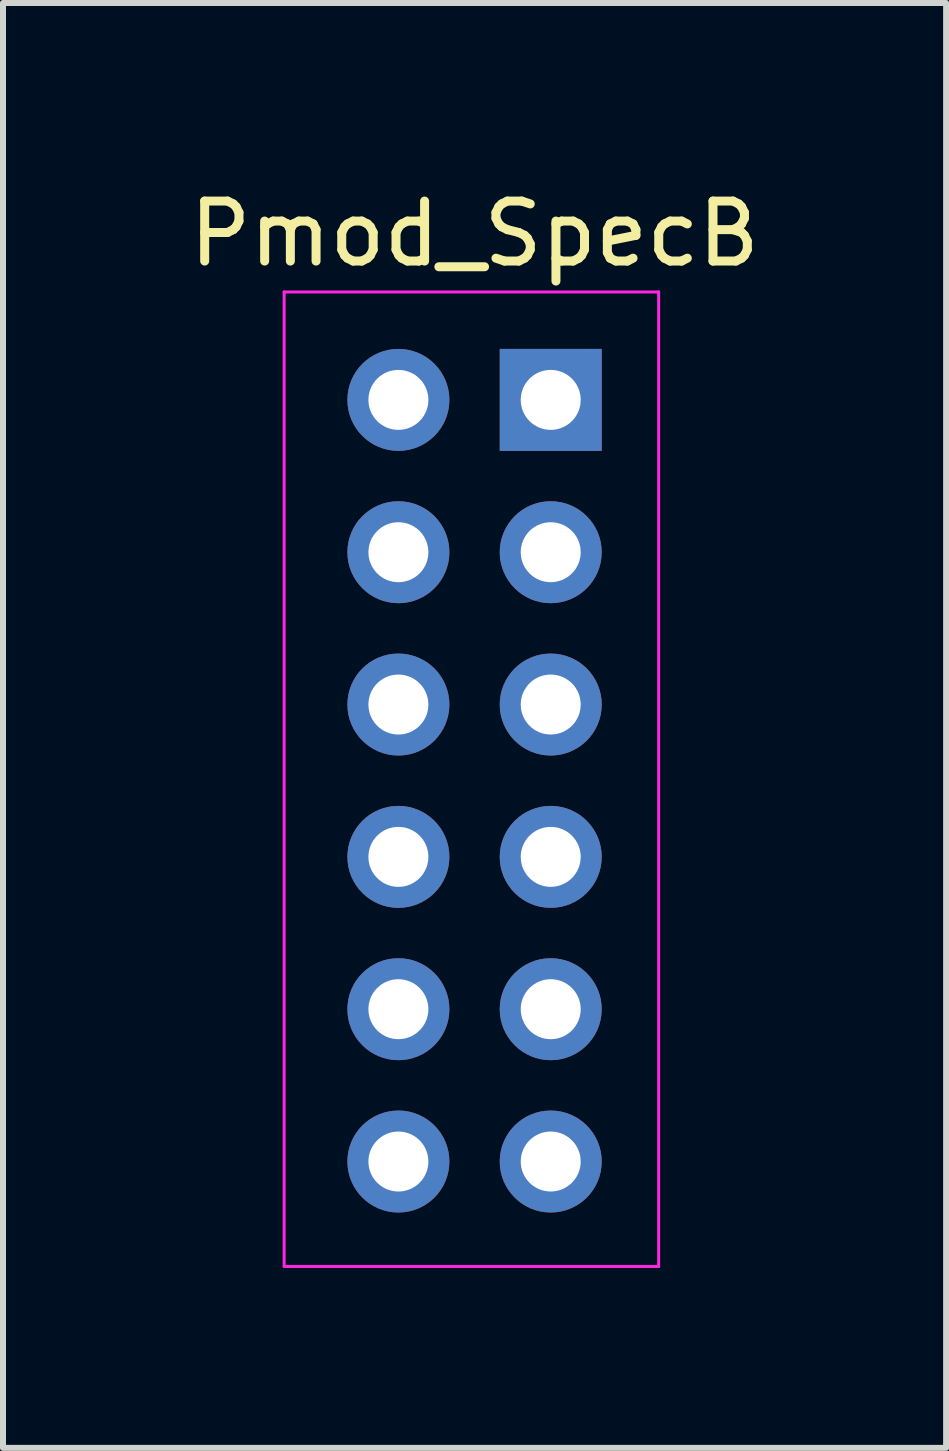
<source format=kicad_pcb>
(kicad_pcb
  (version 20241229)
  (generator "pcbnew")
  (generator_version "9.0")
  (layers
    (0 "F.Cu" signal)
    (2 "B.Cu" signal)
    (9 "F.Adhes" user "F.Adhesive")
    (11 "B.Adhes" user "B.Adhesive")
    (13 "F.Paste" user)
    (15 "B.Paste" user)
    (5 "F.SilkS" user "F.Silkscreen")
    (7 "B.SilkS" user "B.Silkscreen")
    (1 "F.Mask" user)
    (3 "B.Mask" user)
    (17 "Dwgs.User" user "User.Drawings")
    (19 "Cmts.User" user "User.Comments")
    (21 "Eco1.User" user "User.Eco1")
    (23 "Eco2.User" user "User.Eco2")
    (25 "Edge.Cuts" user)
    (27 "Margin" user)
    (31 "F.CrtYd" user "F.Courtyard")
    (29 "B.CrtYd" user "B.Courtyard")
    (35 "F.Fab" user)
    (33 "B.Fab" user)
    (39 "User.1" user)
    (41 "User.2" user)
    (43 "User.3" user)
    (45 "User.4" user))
  (footprint "Pmod_SpecB"
    (layer "F.Cu")
    (at 6.133 3.618)
    (property "Reference" "Pmod_SpecB" (at -1.27 -2.77 0) (layer "F.SilkS") (effects (font (size 1 1) (thickness 0.15))))
    (attr through_hole)
    (fp_line (start -4.445 -1.8) (end -4.445 14.45) (stroke (width 0.05) (type solid)) (layer "F.CrtYd"))
    (fp_line (start -4.445 14.45) (end 1.8 14.45) (stroke (width 0.05) (type solid)) (layer "F.CrtYd"))
    (fp_line (start 1.8 -1.8) (end -4.445 -1.8) (stroke (width 0.05) (type solid)) (layer "F.CrtYd"))
    (fp_line (start 1.8 14.45) (end 1.8 -1.8) (stroke (width 0.05) (type solid)) (layer "F.CrtYd"))
    (pad "1" thru_hole rect (at 0 0) (size 1.7 1.7) (drill 1) (layers "*.Cu" "*.Mask"))
    (pad "2" thru_hole oval (at 0 2.54) (size 1.7 1.7) (drill 1) (layers "*.Cu" "*.Mask"))
    (pad "3" thru_hole oval (at 0 5.08) (size 1.7 1.7) (drill 1) (layers "*.Cu" "*.Mask"))
    (pad "4" thru_hole oval (at 0 7.62) (size 1.7 1.7) (drill 1) (layers "*.Cu" "*.Mask"))
    (pad "5" thru_hole oval (at 0 10.16) (size 1.7 1.7) (drill 1) (layers "*.Cu" "*.Mask"))
    (pad "6" thru_hole oval (at 0 12.7) (size 1.7 1.7) (drill 1) (layers "*.Cu" "*.Mask"))
    (pad "7" thru_hole oval (at -2.54 0) (size 1.7 1.7) (drill 1) (layers "*.Cu" "*.Mask"))
    (pad "8" thru_hole oval (at -2.54 2.54) (size 1.7 1.7) (drill 1) (layers "*.Cu" "*.Mask"))
    (pad "9" thru_hole oval (at -2.54 5.08) (size 1.7 1.7) (drill 1) (layers "*.Cu" "*.Mask"))
    (pad "10" thru_hole oval (at -2.54 7.62) (size 1.7 1.7) (drill 1) (layers "*.Cu" "*.Mask"))
    (pad "11" thru_hole oval (at -2.54 10.16) (size 1.7 1.7) (drill 1) (layers "*.Cu" "*.Mask"))
    (pad "12" thru_hole oval (at -2.54 12.7) (size 1.7 1.7) (drill 1) (layers "*.Cu" "*.Mask")))
  (gr_rect
    (start -3 -3)
    (end 12.726 21.093)
    (stroke (width 0.1) (type default))
    (fill no)
    (layer "Edge.Cuts")))
</source>
